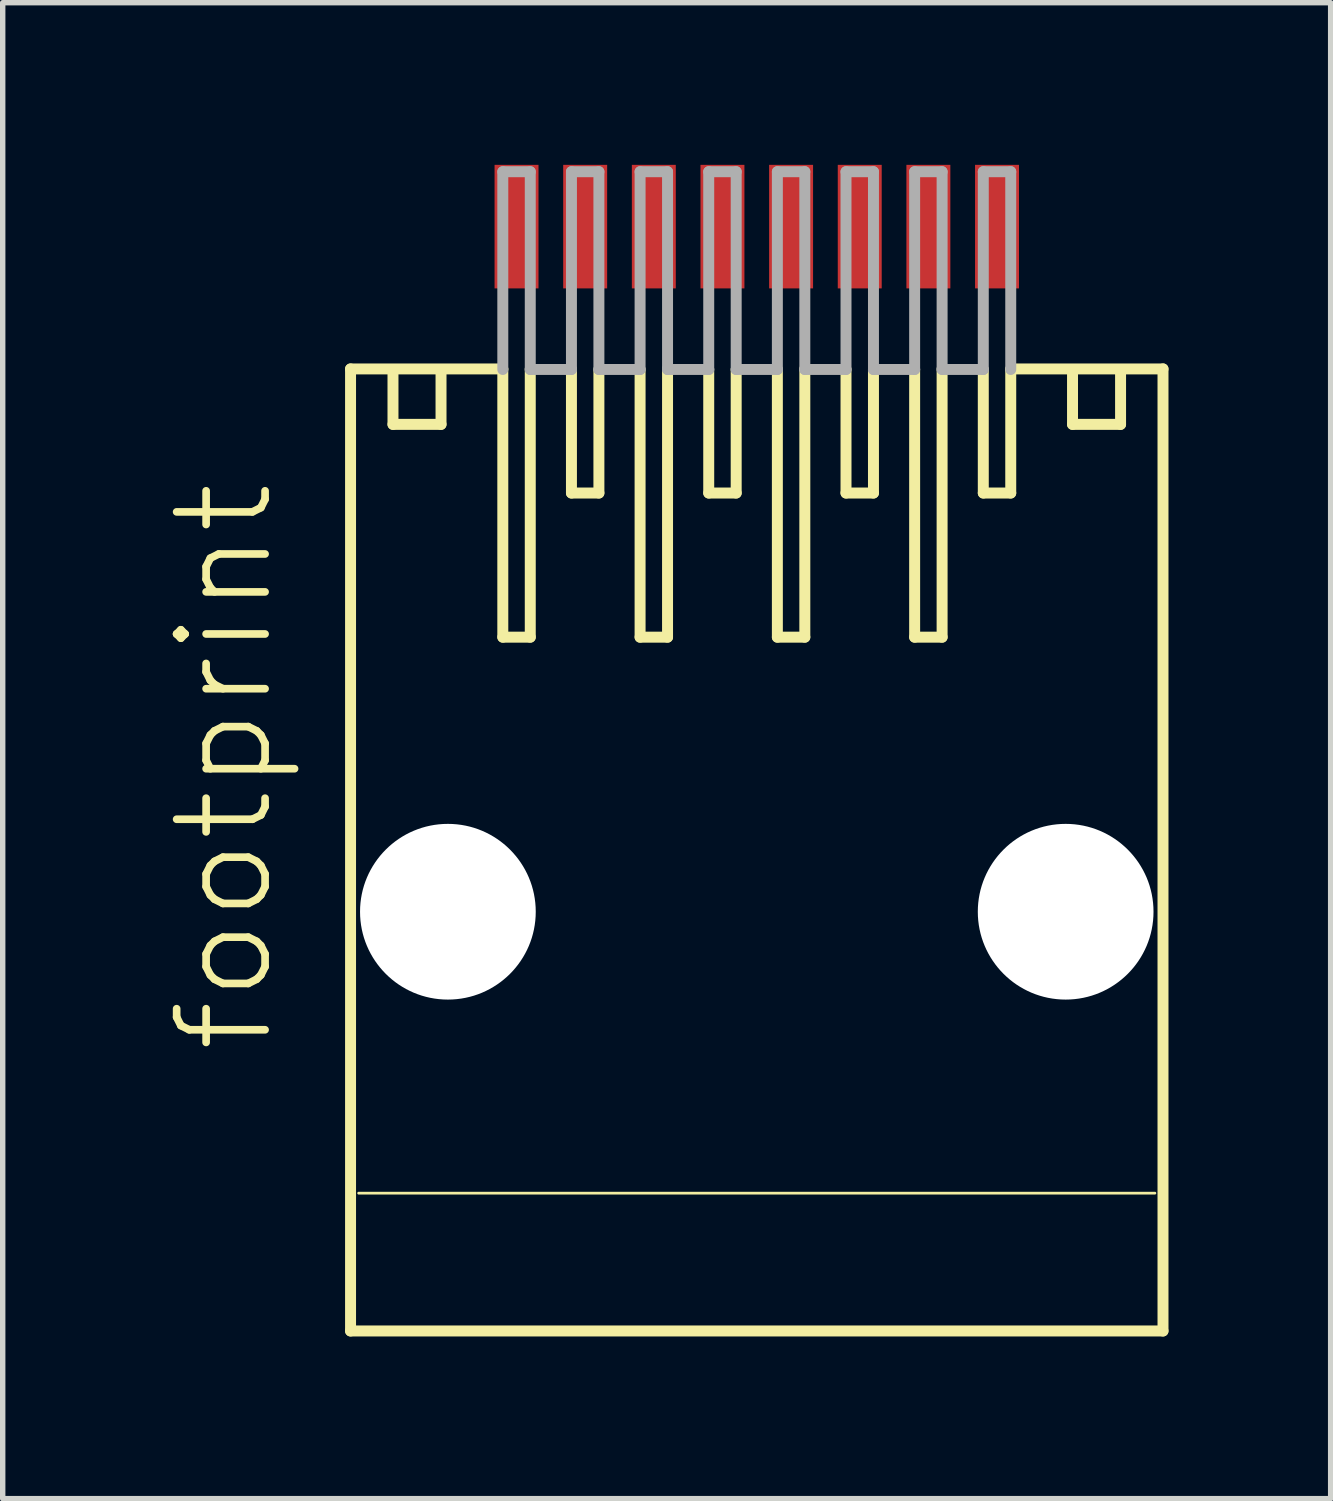
<source format=kicad_pcb>
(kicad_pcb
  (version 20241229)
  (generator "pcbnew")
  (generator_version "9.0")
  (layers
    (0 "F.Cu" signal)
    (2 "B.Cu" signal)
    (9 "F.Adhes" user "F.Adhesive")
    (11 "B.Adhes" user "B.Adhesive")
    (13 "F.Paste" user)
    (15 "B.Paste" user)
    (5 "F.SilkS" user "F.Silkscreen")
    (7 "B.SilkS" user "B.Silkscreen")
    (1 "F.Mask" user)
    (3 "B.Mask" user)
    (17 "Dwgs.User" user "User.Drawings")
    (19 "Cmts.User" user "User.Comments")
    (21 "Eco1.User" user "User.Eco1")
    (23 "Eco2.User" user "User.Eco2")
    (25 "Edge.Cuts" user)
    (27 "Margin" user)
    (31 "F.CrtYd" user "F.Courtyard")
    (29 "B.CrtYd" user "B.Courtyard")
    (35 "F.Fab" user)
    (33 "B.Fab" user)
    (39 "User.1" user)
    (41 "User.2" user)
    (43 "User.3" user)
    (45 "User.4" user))
  (footprint "footprint"
    (layer "F.Cu")
    (at 10.952 12.676)
    (property "Reference" "footprint" (at -8.89 3.81 90) (layer "F.SilkS") (effects (font (size 1.636 1.636) (thickness 0.142)) (justify left bottom)))
    (fp_line (start -7.516 -8.9) (end -4.699 -8.9) (stroke (width 0.203) (type solid)) (layer "F.SilkS"))
    (fp_line (start -7.516 8.9) (end -7.516 -8.9) (stroke (width 0.203) (type solid)) (layer "F.SilkS"))
    (fp_line (start -7.366 6.35) (end 7.366 6.35) (stroke (width 0.051) (type solid)) (layer "F.SilkS"))
    (fp_line (start -6.731 -8.89) (end -6.731 -7.874) (stroke (width 0.203) (type solid)) (layer "F.SilkS"))
    (fp_line (start -6.731 -7.874) (end -5.842 -7.874) (stroke (width 0.203) (type solid)) (layer "F.SilkS"))
    (fp_line (start -5.842 -7.874) (end -5.842 -8.89) (stroke (width 0.203) (type solid)) (layer "F.SilkS"))
    (fp_line (start -4.699 -3.937) (end -4.699 -8.89) (stroke (width 0.203) (type solid)) (layer "F.SilkS"))
    (fp_line (start -4.191 -3.937) (end -4.699 -3.937) (stroke (width 0.203) (type solid)) (layer "F.SilkS"))
    (fp_line (start -4.191 -3.937) (end -4.191 -8.9) (stroke (width 0.203) (type solid)) (layer "F.SilkS"))
    (fp_line (start -3.429 -8.89) (end -3.429 -6.604) (stroke (width 0.203) (type solid)) (layer "F.SilkS"))
    (fp_line (start -2.921 -8.89) (end -2.921 -6.604) (stroke (width 0.203) (type solid)) (layer "F.SilkS"))
    (fp_line (start -2.921 -6.604) (end -3.429 -6.604) (stroke (width 0.203) (type solid)) (layer "F.SilkS"))
    (fp_line (start -2.159 -3.937) (end -2.159 -8.89) (stroke (width 0.203) (type solid)) (layer "F.SilkS"))
    (fp_line (start -1.651 -3.937) (end -2.159 -3.937) (stroke (width 0.203) (type solid)) (layer "F.SilkS"))
    (fp_line (start -1.651 -3.937) (end -1.651 -8.9) (stroke (width 0.203) (type solid)) (layer "F.SilkS"))
    (fp_line (start -0.889 -8.89) (end -0.889 -6.604) (stroke (width 0.203) (type solid)) (layer "F.SilkS"))
    (fp_line (start -0.381 -8.89) (end -0.381 -6.604) (stroke (width 0.203) (type solid)) (layer "F.SilkS"))
    (fp_line (start -0.381 -6.604) (end -0.889 -6.604) (stroke (width 0.203) (type solid)) (layer "F.SilkS"))
    (fp_line (start 0.381 -3.937) (end 0.381 -8.89) (stroke (width 0.203) (type solid)) (layer "F.SilkS"))
    (fp_line (start 0.889 -3.937) (end 0.381 -3.937) (stroke (width 0.203) (type solid)) (layer "F.SilkS"))
    (fp_line (start 0.889 -3.937) (end 0.889 -8.9) (stroke (width 0.203) (type solid)) (layer "F.SilkS"))
    (fp_line (start 1.651 -8.89) (end 1.651 -6.604) (stroke (width 0.203) (type solid)) (layer "F.SilkS"))
    (fp_line (start 2.159 -8.89) (end 2.159 -6.604) (stroke (width 0.203) (type solid)) (layer "F.SilkS"))
    (fp_line (start 2.159 -6.604) (end 1.651 -6.604) (stroke (width 0.203) (type solid)) (layer "F.SilkS"))
    (fp_line (start 2.921 -3.937) (end 2.921 -8.89) (stroke (width 0.203) (type solid)) (layer "F.SilkS"))
    (fp_line (start 3.429 -3.937) (end 2.921 -3.937) (stroke (width 0.203) (type solid)) (layer "F.SilkS"))
    (fp_line (start 3.429 -3.937) (end 3.429 -8.9) (stroke (width 0.203) (type solid)) (layer "F.SilkS"))
    (fp_line (start 4.191 -8.89) (end 4.191 -6.604) (stroke (width 0.203) (type solid)) (layer "F.SilkS"))
    (fp_line (start 4.699 -8.9) (end 7.516 -8.9) (stroke (width 0.203) (type solid)) (layer "F.SilkS"))
    (fp_line (start 4.699 -8.89) (end 4.699 -6.604) (stroke (width 0.203) (type solid)) (layer "F.SilkS"))
    (fp_line (start 4.699 -6.604) (end 4.191 -6.604) (stroke (width 0.203) (type solid)) (layer "F.SilkS"))
    (fp_line (start 5.842 -7.874) (end 5.842 -8.89) (stroke (width 0.203) (type solid)) (layer "F.SilkS"))
    (fp_line (start 6.731 -8.89) (end 6.731 -7.874) (stroke (width 0.203) (type solid)) (layer "F.SilkS"))
    (fp_line (start 6.731 -7.874) (end 5.842 -7.874) (stroke (width 0.203) (type solid)) (layer "F.SilkS"))
    (fp_line (start 7.516 -8.9) (end 7.516 8.9) (stroke (width 0.203) (type solid)) (layer "F.SilkS"))
    (fp_line (start 7.516 8.9) (end -7.516 8.9) (stroke (width 0.203) (type solid)) (layer "F.SilkS"))
    (fp_line (start -4.699 -12.549) (end -4.699 -8.89) (stroke (width 0.203) (type solid)) (layer "F.Fab"))
    (fp_line (start -4.191 -12.549) (end -4.699 -12.549) (stroke (width 0.203) (type solid)) (layer "F.Fab"))
    (fp_line (start -4.191 -8.89) (end -4.191 -12.549) (stroke (width 0.203) (type solid)) (layer "F.Fab"))
    (fp_line (start -4.191 -8.89) (end -3.429 -8.89) (stroke (width 0.203) (type solid)) (layer "F.Fab"))
    (fp_line (start -3.429 -12.549) (end -3.429 -8.89) (stroke (width 0.203) (type solid)) (layer "F.Fab"))
    (fp_line (start -2.921 -12.549) (end -3.429 -12.549) (stroke (width 0.203) (type solid)) (layer "F.Fab"))
    (fp_line (start -2.921 -8.89) (end -2.921 -12.549) (stroke (width 0.203) (type solid)) (layer "F.Fab"))
    (fp_line (start -2.921 -8.89) (end -2.159 -8.89) (stroke (width 0.203) (type solid)) (layer "F.Fab"))
    (fp_line (start -2.159 -12.549) (end -2.159 -8.89) (stroke (width 0.203) (type solid)) (layer "F.Fab"))
    (fp_line (start -1.651 -12.549) (end -2.159 -12.549) (stroke (width 0.203) (type solid)) (layer "F.Fab"))
    (fp_line (start -1.651 -8.89) (end -1.651 -12.549) (stroke (width 0.203) (type solid)) (layer "F.Fab"))
    (fp_line (start -1.651 -8.89) (end -0.889 -8.89) (stroke (width 0.203) (type solid)) (layer "F.Fab"))
    (fp_line (start -0.889 -12.549) (end -0.889 -8.89) (stroke (width 0.203) (type solid)) (layer "F.Fab"))
    (fp_line (start -0.381 -12.549) (end -0.889 -12.549) (stroke (width 0.203) (type solid)) (layer "F.Fab"))
    (fp_line (start -0.381 -8.89) (end -0.381 -12.549) (stroke (width 0.203) (type solid)) (layer "F.Fab"))
    (fp_line (start -0.381 -8.89) (end 0.381 -8.89) (stroke (width 0.203) (type solid)) (layer "F.Fab"))
    (fp_line (start 0.381 -12.549) (end 0.381 -8.89) (stroke (width 0.203) (type solid)) (layer "F.Fab"))
    (fp_line (start 0.889 -12.549) (end 0.381 -12.549) (stroke (width 0.203) (type solid)) (layer "F.Fab"))
    (fp_line (start 0.889 -8.89) (end 0.889 -12.549) (stroke (width 0.203) (type solid)) (layer "F.Fab"))
    (fp_line (start 0.889 -8.89) (end 1.651 -8.89) (stroke (width 0.203) (type solid)) (layer "F.Fab"))
    (fp_line (start 1.651 -12.549) (end 1.651 -8.89) (stroke (width 0.203) (type solid)) (layer "F.Fab"))
    (fp_line (start 2.159 -12.549) (end 1.651 -12.549) (stroke (width 0.203) (type solid)) (layer "F.Fab"))
    (fp_line (start 2.159 -8.89) (end 2.159 -12.549) (stroke (width 0.203) (type solid)) (layer "F.Fab"))
    (fp_line (start 2.159 -8.89) (end 2.921 -8.89) (stroke (width 0.203) (type solid)) (layer "F.Fab"))
    (fp_line (start 2.921 -12.549) (end 2.921 -8.89) (stroke (width 0.203) (type solid)) (layer "F.Fab"))
    (fp_line (start 3.429 -12.549) (end 2.921 -12.549) (stroke (width 0.203) (type solid)) (layer "F.Fab"))
    (fp_line (start 3.429 -8.89) (end 3.429 -12.549) (stroke (width 0.203) (type solid)) (layer "F.Fab"))
    (fp_line (start 3.429 -8.89) (end 4.191 -8.89) (stroke (width 0.203) (type solid)) (layer "F.Fab"))
    (fp_line (start 4.191 -12.549) (end 4.191 -8.89) (stroke (width 0.203) (type solid)) (layer "F.Fab"))
    (fp_line (start 4.699 -12.549) (end 4.191 -12.549) (stroke (width 0.203) (type solid)) (layer "F.Fab"))
    (fp_line (start 4.699 -8.89) (end 4.699 -12.549) (stroke (width 0.203) (type solid)) (layer "F.Fab"))
    (pad "" np_thru_hole circle (at -5.715 1.143) (size 3.251 3.251) (drill 3.251) (layers "*.Cu" "*.Mask"))
    (pad "" np_thru_hole circle (at 5.715 1.143) (size 3.251 3.251) (drill 3.251) (layers "*.Cu" "*.Mask"))
    (pad "1" smd rect (at -4.445 -11.533) (size 0.813 2.286) (layers "F.Cu" "F.Mask" "F.Paste"))
    (pad "2" smd rect (at -3.175 -11.533) (size 0.813 2.286) (layers "F.Cu" "F.Mask" "F.Paste"))
    (pad "3" smd rect (at -1.905 -11.533) (size 0.813 2.286) (layers "F.Cu" "F.Mask" "F.Paste"))
    (pad "4" smd rect (at -0.635 -11.533) (size 0.813 2.286) (layers "F.Cu" "F.Mask" "F.Paste"))
    (pad "5" smd rect (at 0.635 -11.533) (size 0.813 2.286) (layers "F.Cu" "F.Mask" "F.Paste"))
    (pad "6" smd rect (at 1.905 -11.533) (size 0.813 2.286) (layers "F.Cu" "F.Mask" "F.Paste"))
    (pad "7" smd rect (at 3.175 -11.533) (size 0.813 2.286) (layers "F.Cu" "F.Mask" "F.Paste"))
    (pad "8" smd rect (at 4.445 -11.533) (size 0.813 2.286) (layers "F.Cu" "F.Mask" "F.Paste")))
  (gr_rect
    (start -3 -3)
    (end 21.57 24.678)
    (stroke (width 0.1) (type default))
    (fill no)
    (layer "Edge.Cuts")))
</source>
